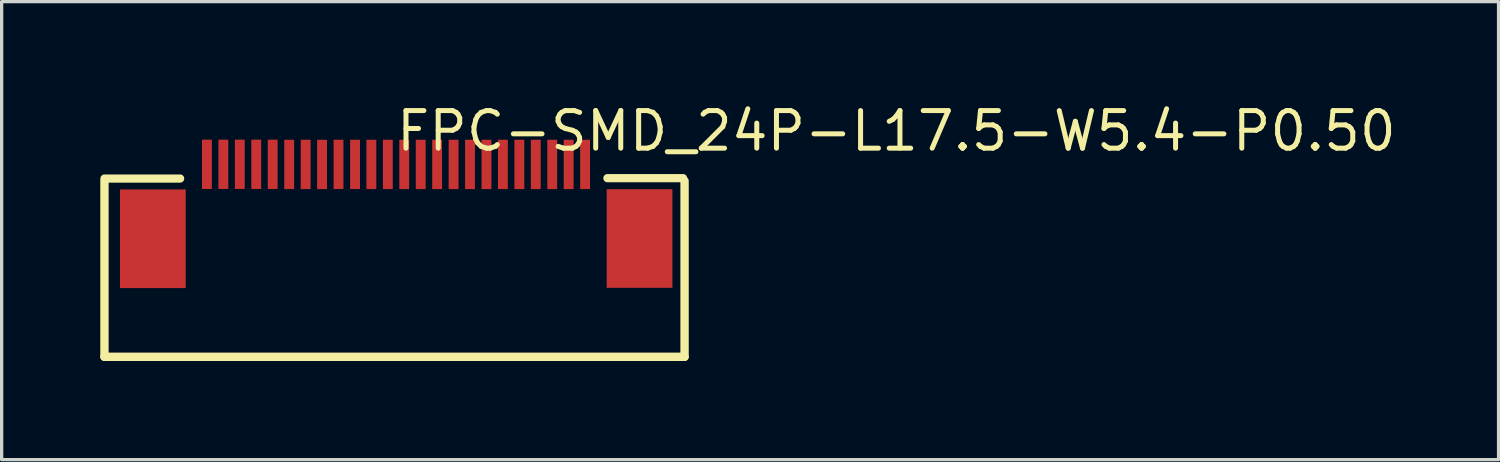
<source format=kicad_pcb>
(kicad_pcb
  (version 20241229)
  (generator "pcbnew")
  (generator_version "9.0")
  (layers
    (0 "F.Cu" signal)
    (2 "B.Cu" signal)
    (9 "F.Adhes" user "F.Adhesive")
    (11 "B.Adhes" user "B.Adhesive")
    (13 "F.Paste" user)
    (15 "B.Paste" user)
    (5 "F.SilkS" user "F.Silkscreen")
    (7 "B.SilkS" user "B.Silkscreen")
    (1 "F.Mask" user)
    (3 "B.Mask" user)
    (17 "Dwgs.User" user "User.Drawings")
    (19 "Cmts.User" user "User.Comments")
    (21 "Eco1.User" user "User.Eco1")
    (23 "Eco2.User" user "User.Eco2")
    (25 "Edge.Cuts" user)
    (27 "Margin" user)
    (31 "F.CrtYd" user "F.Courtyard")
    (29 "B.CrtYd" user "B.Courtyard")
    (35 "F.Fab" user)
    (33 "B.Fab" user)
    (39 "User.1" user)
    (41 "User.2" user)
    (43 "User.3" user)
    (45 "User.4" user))
  (footprint "FPC-SMD_24P-L17.5-W5.4-P0.50"
    (layer "F.Cu")
    (at 8.999 3.079)
    (property "Reference" "FPC-SMD_24P-L17.5-W5.4-P0.50" (at -0.074 -2.144 0) (layer "F.SilkS") (effects (font (size 1.143 1.143) (thickness 0.152)) (justify left)))
    (attr smd)
    (fp_line (start -8.872 -0.627) (end -8.872 4.723) (stroke (width 0.254) (type solid)) (layer "F.SilkS"))
    (fp_line (start -8.872 4.722) (end 8.77 4.722) (stroke (width 0.254) (type solid)) (layer "F.SilkS"))
    (fp_line (start -6.571 -0.699) (end -8.871 -0.699) (stroke (width 0.25) (type solid)) (layer "F.SilkS"))
    (fp_line (start 8.724 -0.711) (end 6.424 -0.711) (stroke (width 0.25) (type solid)) (layer "F.SilkS"))
    (fp_line (start 8.77 -0.628) (end 8.77 4.722) (stroke (width 0.254) (type solid)) (layer "F.SilkS"))
    (pad "1" smd rect (at 5.745 -1.129 180) (size 0.3 1.5) (layers "F.Cu" "F.Mask" "F.Paste"))
    (pad "2" smd rect (at 5.245 -1.129 180) (size 0.3 1.5) (layers "F.Cu" "F.Mask" "F.Paste"))
    (pad "3" smd rect (at 4.746 -1.129 180) (size 0.3 1.5) (layers "F.Cu" "F.Mask" "F.Paste"))
    (pad "4" smd rect (at 4.245 -1.129 180) (size 0.3 1.5) (layers "F.Cu" "F.Mask" "F.Paste"))
    (pad "5" smd rect (at 3.746 -1.129 180) (size 0.3 1.5) (layers "F.Cu" "F.Mask" "F.Paste"))
    (pad "6" smd rect (at 3.245 -1.129 180) (size 0.3 1.5) (layers "F.Cu" "F.Mask" "F.Paste"))
    (pad "7" smd rect (at 2.746 -1.129 180) (size 0.3 1.5) (layers "F.Cu" "F.Mask" "F.Paste"))
    (pad "8" smd rect (at 2.245 -1.129 180) (size 0.3 1.5) (layers "F.Cu" "F.Mask" "F.Paste"))
    (pad "9" smd rect (at 1.746 -1.129 180) (size 0.3 1.5) (layers "F.Cu" "F.Mask" "F.Paste"))
    (pad "10" smd rect (at 1.245 -1.129 180) (size 0.3 1.5) (layers "F.Cu" "F.Mask" "F.Paste"))
    (pad "11" smd rect (at 0.746 -1.129 180) (size 0.3 1.5) (layers "F.Cu" "F.Mask" "F.Paste"))
    (pad "12" smd rect (at 0.245 -1.129 180) (size 0.3 1.5) (layers "F.Cu" "F.Mask" "F.Paste"))
    (pad "13" smd rect (at -0.254 -1.129 180) (size 0.3 1.5) (layers "F.Cu" "F.Mask" "F.Paste"))
    (pad "14" smd rect (at -0.755 -1.129 180) (size 0.3 1.5) (layers "F.Cu" "F.Mask" "F.Paste"))
    (pad "15" smd rect (at -1.251 -1.13 180) (size 0.3 1.5) (layers "F.Cu" "F.Mask" "F.Paste"))
    (pad "16" smd rect (at -1.754 -1.13 180) (size 0.3 1.5) (layers "F.Cu" "F.Mask" "F.Paste"))
    (pad "17" smd rect (at -2.254 -1.128 180) (size 0.3 1.5) (layers "F.Cu" "F.Mask" "F.Paste"))
    (pad "18" smd rect (at -2.754 -1.129 180) (size 0.3 1.5) (layers "F.Cu" "F.Mask" "F.Paste"))
    (pad "19" smd rect (at -3.254 -1.129 180) (size 0.3 1.5) (layers "F.Cu" "F.Mask" "F.Paste"))
    (pad "20" smd rect (at -3.756 -1.132 180) (size 0.3 1.5) (layers "F.Cu" "F.Mask" "F.Paste"))
    (pad "21" smd rect (at -4.256 -1.132 180) (size 0.3 1.5) (layers "F.Cu" "F.Mask" "F.Paste"))
    (pad "22" smd rect (at -4.756 -1.132 180) (size 0.3 1.5) (layers "F.Cu" "F.Mask" "F.Paste"))
    (pad "23" smd rect (at -5.256 -1.132 180) (size 0.3 1.5) (layers "F.Cu" "F.Mask" "F.Paste"))
    (pad "24" smd rect (at -5.756 -1.132 180) (size 0.3 1.5) (layers "F.Cu" "F.Mask" "F.Paste"))
    (pad "25" smd rect (at -7.401 1.132) (size 2 3) (layers "F.Cu" "F.Mask" "F.Paste"))
    (pad "26" smd rect (at 7.401 1.125 180) (size 2 3) (layers "F.Cu" "F.Mask" "F.Paste")))
  (gr_rect
    (start -3 -3)
    (end 42.524 10.929)
    (stroke (width 0.1) (type default))
    (fill no)
    (layer "Edge.Cuts")))
</source>
